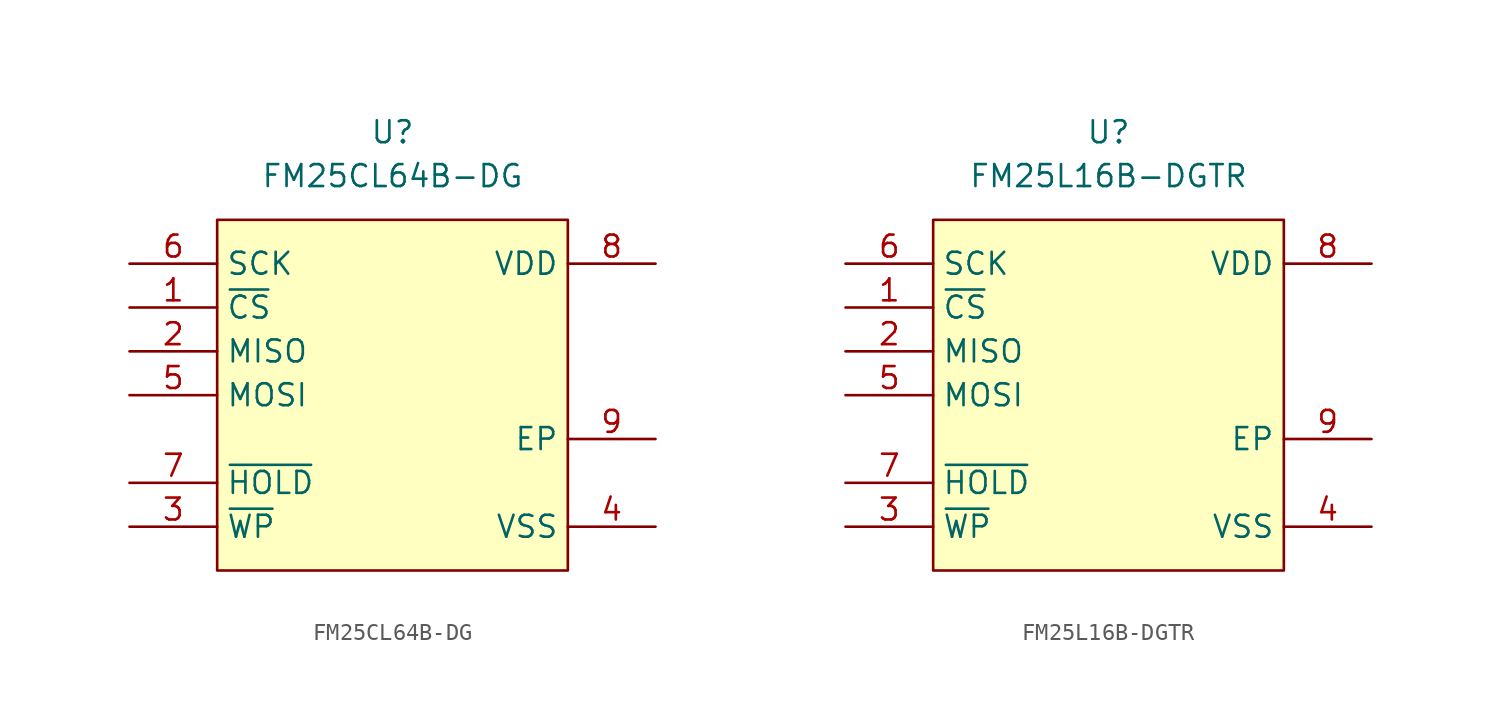
<source format=kicad_sym>
(kicad_symbol_lib
  (version 20241209)
  (generator "kicad_symbol_editor")
  (generator_version "9.0")
  (symbol "FM25CL64B-DG"
    (property "Reference" "U"
      (at 0 5.08 0)
      (effects (font (size 1.27 1.27))))
    (property "Value" "FM25CL64B-DG"
      (at 0 2.54 0)
      (effects (font (size 1.27 1.27))))
    (symbol "FM25CL64B-DG_1_1"
      (rectangle (start -10.16 0) (end 10.16 -20.32) (stroke (width 0) (type solid)) (fill (type background)))
      (pin input line (at -15.24 -2.54 0) (length 5.08) (name "SCK" (effects (font (size 1.27 1.27)))) (number "6" (effects (font (size 1.27 1.27)))))
      (pin input line (at -15.24 -5.08 0) (length 5.08) (name "~{CS}" (effects (font (size 1.27 1.27)))) (number "1" (effects (font (size 1.27 1.27)))))
      (pin output line (at -15.24 -7.62 0) (length 5.08) (name "MISO" (effects (font (size 1.27 1.27)))) (number "2" (effects (font (size 1.27 1.27)))))
      (pin input line (at -15.24 -10.16 0) (length 5.08) (name "MOSI" (effects (font (size 1.27 1.27)))) (number "5" (effects (font (size 1.27 1.27)))))
      (pin input line (at -15.24 -15.24 0) (length 5.08) (name "~{HOLD}" (effects (font (size 1.27 1.27)))) (number "7" (effects (font (size 1.27 1.27)))))
      (pin input line (at -15.24 -17.78 0) (length 5.08) (name "~{WP}" (effects (font (size 1.27 1.27)))) (number "3" (effects (font (size 1.27 1.27)))))
      (pin power_in line (at 15.24 -2.54 180) (length 5.08) (name "VDD" (effects (font (size 1.27 1.27)))) (number "8" (effects (font (size 1.27 1.27)))))
      (pin passive line (at 15.24 -12.7 180) (length 5.08) (name "EP" (effects (font (size 1.27 1.27)))) (number "9" (effects (font (size 1.27 1.27)))))
      (pin power_in line (at 15.24 -17.78 180) (length 5.08) (name "VSS" (effects (font (size 1.27 1.27)))) (number "4" (effects (font (size 1.27 1.27)))))))
  (symbol "FM25L16B-DGTR"
    (property "Reference" "U"
      (at 0 5.08 0)
      (effects (font (size 1.27 1.27))))
    (property "Value" "FM25L16B-DGTR"
      (at 0 2.54 0)
      (effects (font (size 1.27 1.27))))
    (symbol "FM25L16B-DGTR_1_1"
      (rectangle (start -10.16 0) (end 10.16 -20.32) (stroke (width 0) (type solid)) (fill (type background)))
      (pin input line (at -15.24 -2.54 0) (length 5.08) (name "SCK" (effects (font (size 1.27 1.27)))) (number "6" (effects (font (size 1.27 1.27)))))
      (pin input line (at -15.24 -5.08 0) (length 5.08) (name "~{CS}" (effects (font (size 1.27 1.27)))) (number "1" (effects (font (size 1.27 1.27)))))
      (pin output line (at -15.24 -7.62 0) (length 5.08) (name "MISO" (effects (font (size 1.27 1.27)))) (number "2" (effects (font (size 1.27 1.27)))))
      (pin input line (at -15.24 -10.16 0) (length 5.08) (name "MOSI" (effects (font (size 1.27 1.27)))) (number "5" (effects (font (size 1.27 1.27)))))
      (pin input line (at -15.24 -15.24 0) (length 5.08) (name "~{HOLD}" (effects (font (size 1.27 1.27)))) (number "7" (effects (font (size 1.27 1.27)))))
      (pin input line (at -15.24 -17.78 0) (length 5.08) (name "~{WP}" (effects (font (size 1.27 1.27)))) (number "3" (effects (font (size 1.27 1.27)))))
      (pin power_in line (at 15.24 -2.54 180) (length 5.08) (name "VDD" (effects (font (size 1.27 1.27)))) (number "8" (effects (font (size 1.27 1.27)))))
      (pin passive line (at 15.24 -12.7 180) (length 5.08) (name "EP" (effects (font (size 1.27 1.27)))) (number "9" (effects (font (size 1.27 1.27)))))
      (pin power_in line (at 15.24 -17.78 180) (length 5.08) (name "VSS" (effects (font (size 1.27 1.27)))) (number "4" (effects (font (size 1.27 1.27))))))))
</source>
